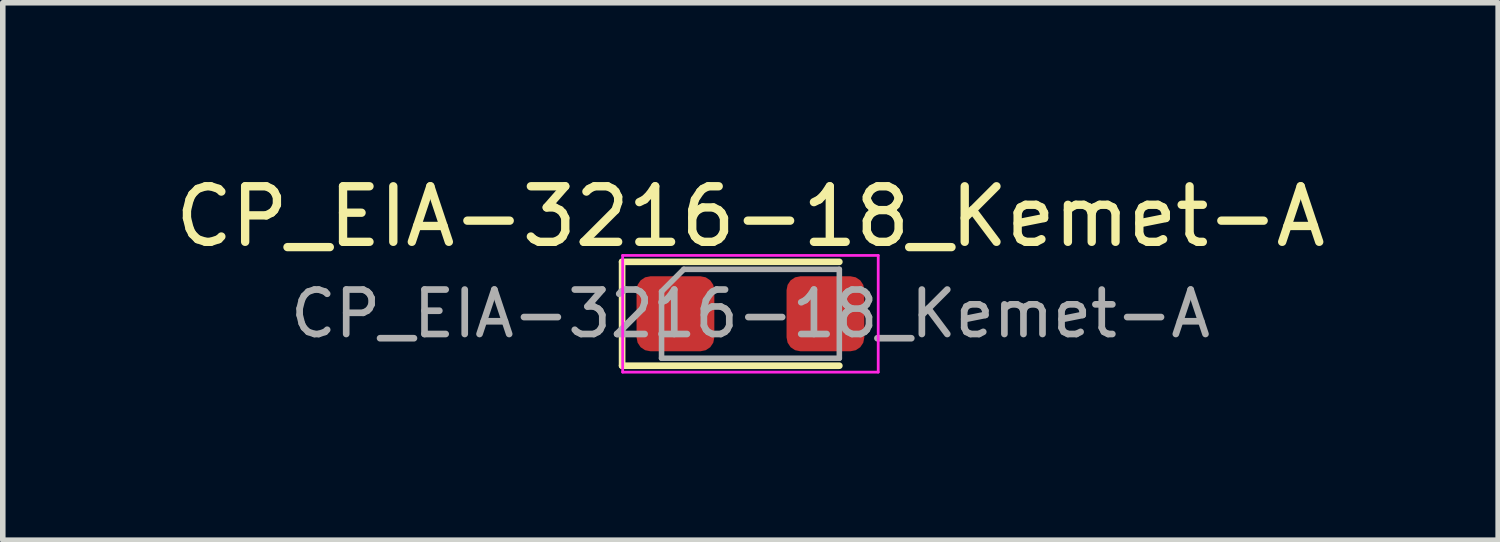
<source format=kicad_pcb>
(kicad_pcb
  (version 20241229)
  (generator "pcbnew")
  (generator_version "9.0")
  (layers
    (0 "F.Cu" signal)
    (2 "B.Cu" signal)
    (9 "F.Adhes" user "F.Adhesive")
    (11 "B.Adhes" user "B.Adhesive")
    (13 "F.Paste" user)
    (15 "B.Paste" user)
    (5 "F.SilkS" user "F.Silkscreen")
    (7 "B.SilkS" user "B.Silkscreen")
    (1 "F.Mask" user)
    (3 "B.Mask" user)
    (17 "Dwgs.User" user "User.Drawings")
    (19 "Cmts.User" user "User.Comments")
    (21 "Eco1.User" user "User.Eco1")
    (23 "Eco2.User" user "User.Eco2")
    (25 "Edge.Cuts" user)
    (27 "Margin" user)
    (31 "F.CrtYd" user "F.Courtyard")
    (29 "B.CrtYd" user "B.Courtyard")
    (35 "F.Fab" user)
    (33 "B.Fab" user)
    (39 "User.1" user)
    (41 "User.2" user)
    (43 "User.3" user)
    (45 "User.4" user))
  (footprint "CP_EIA-3216-18_Kemet-A"
    (layer "F.Cu")
    (at 10.458 2.598)
    (property "Reference" "CP_EIA-3216-18_Kemet-A" (at 0 -1.75 0) (layer "F.SilkS") (effects (font (size 1 1) (thickness 0.15))))
    (attr smd)
    (fp_line (start -2.31 -0.935) (end -2.31 0.935) (stroke (width 0.12) (type solid)) (layer "F.SilkS"))
    (fp_line (start -2.31 0.935) (end 1.6 0.935) (stroke (width 0.12) (type solid)) (layer "F.SilkS"))
    (fp_line (start 1.6 -0.935) (end -2.31 -0.935) (stroke (width 0.12) (type solid)) (layer "F.SilkS"))
    (fp_line (start -2.3 -1.05) (end 2.3 -1.05) (stroke (width 0.05) (type solid)) (layer "F.CrtYd"))
    (fp_line (start -2.3 1.05) (end -2.3 -1.05) (stroke (width 0.05) (type solid)) (layer "F.CrtYd"))
    (fp_line (start 2.3 -1.05) (end 2.3 1.05) (stroke (width 0.05) (type solid)) (layer "F.CrtYd"))
    (fp_line (start 2.3 1.05) (end -2.3 1.05) (stroke (width 0.05) (type solid)) (layer "F.CrtYd"))
    (fp_line (start -1.6 -0.4) (end -1.6 0.8) (stroke (width 0.1) (type solid)) (layer "F.Fab"))
    (fp_line (start -1.6 0.8) (end 1.6 0.8) (stroke (width 0.1) (type solid)) (layer "F.Fab"))
    (fp_line (start -1.2 -0.8) (end -1.6 -0.4) (stroke (width 0.1) (type solid)) (layer "F.Fab"))
    (fp_line (start 1.6 -0.8) (end -1.2 -0.8) (stroke (width 0.1) (type solid)) (layer "F.Fab"))
    (fp_line (start 1.6 0.8) (end 1.6 -0.8) (stroke (width 0.1) (type solid)) (layer "F.Fab"))
    (fp_text user "${REFERENCE}" (at 0 0 0) (layer "F.Fab") (effects (font (size 0.8 0.8) (thickness 0.12))))
    (pad "1" smd roundrect (at -1.35 0) (size 1.4 1.35) (layers "F.Cu" "F.Mask" "F.Paste") (roundrect_rratio 0.185))
    (pad "2" smd roundrect (at 1.35 0) (size 1.4 1.35) (layers "F.Cu" "F.Mask" "F.Paste") (roundrect_rratio 0.185)))
  (gr_rect
    (start -3 -3)
    (end 23.917 6.673)
    (stroke (width 0.1) (type default))
    (fill no)
    (layer "Edge.Cuts")))
</source>
